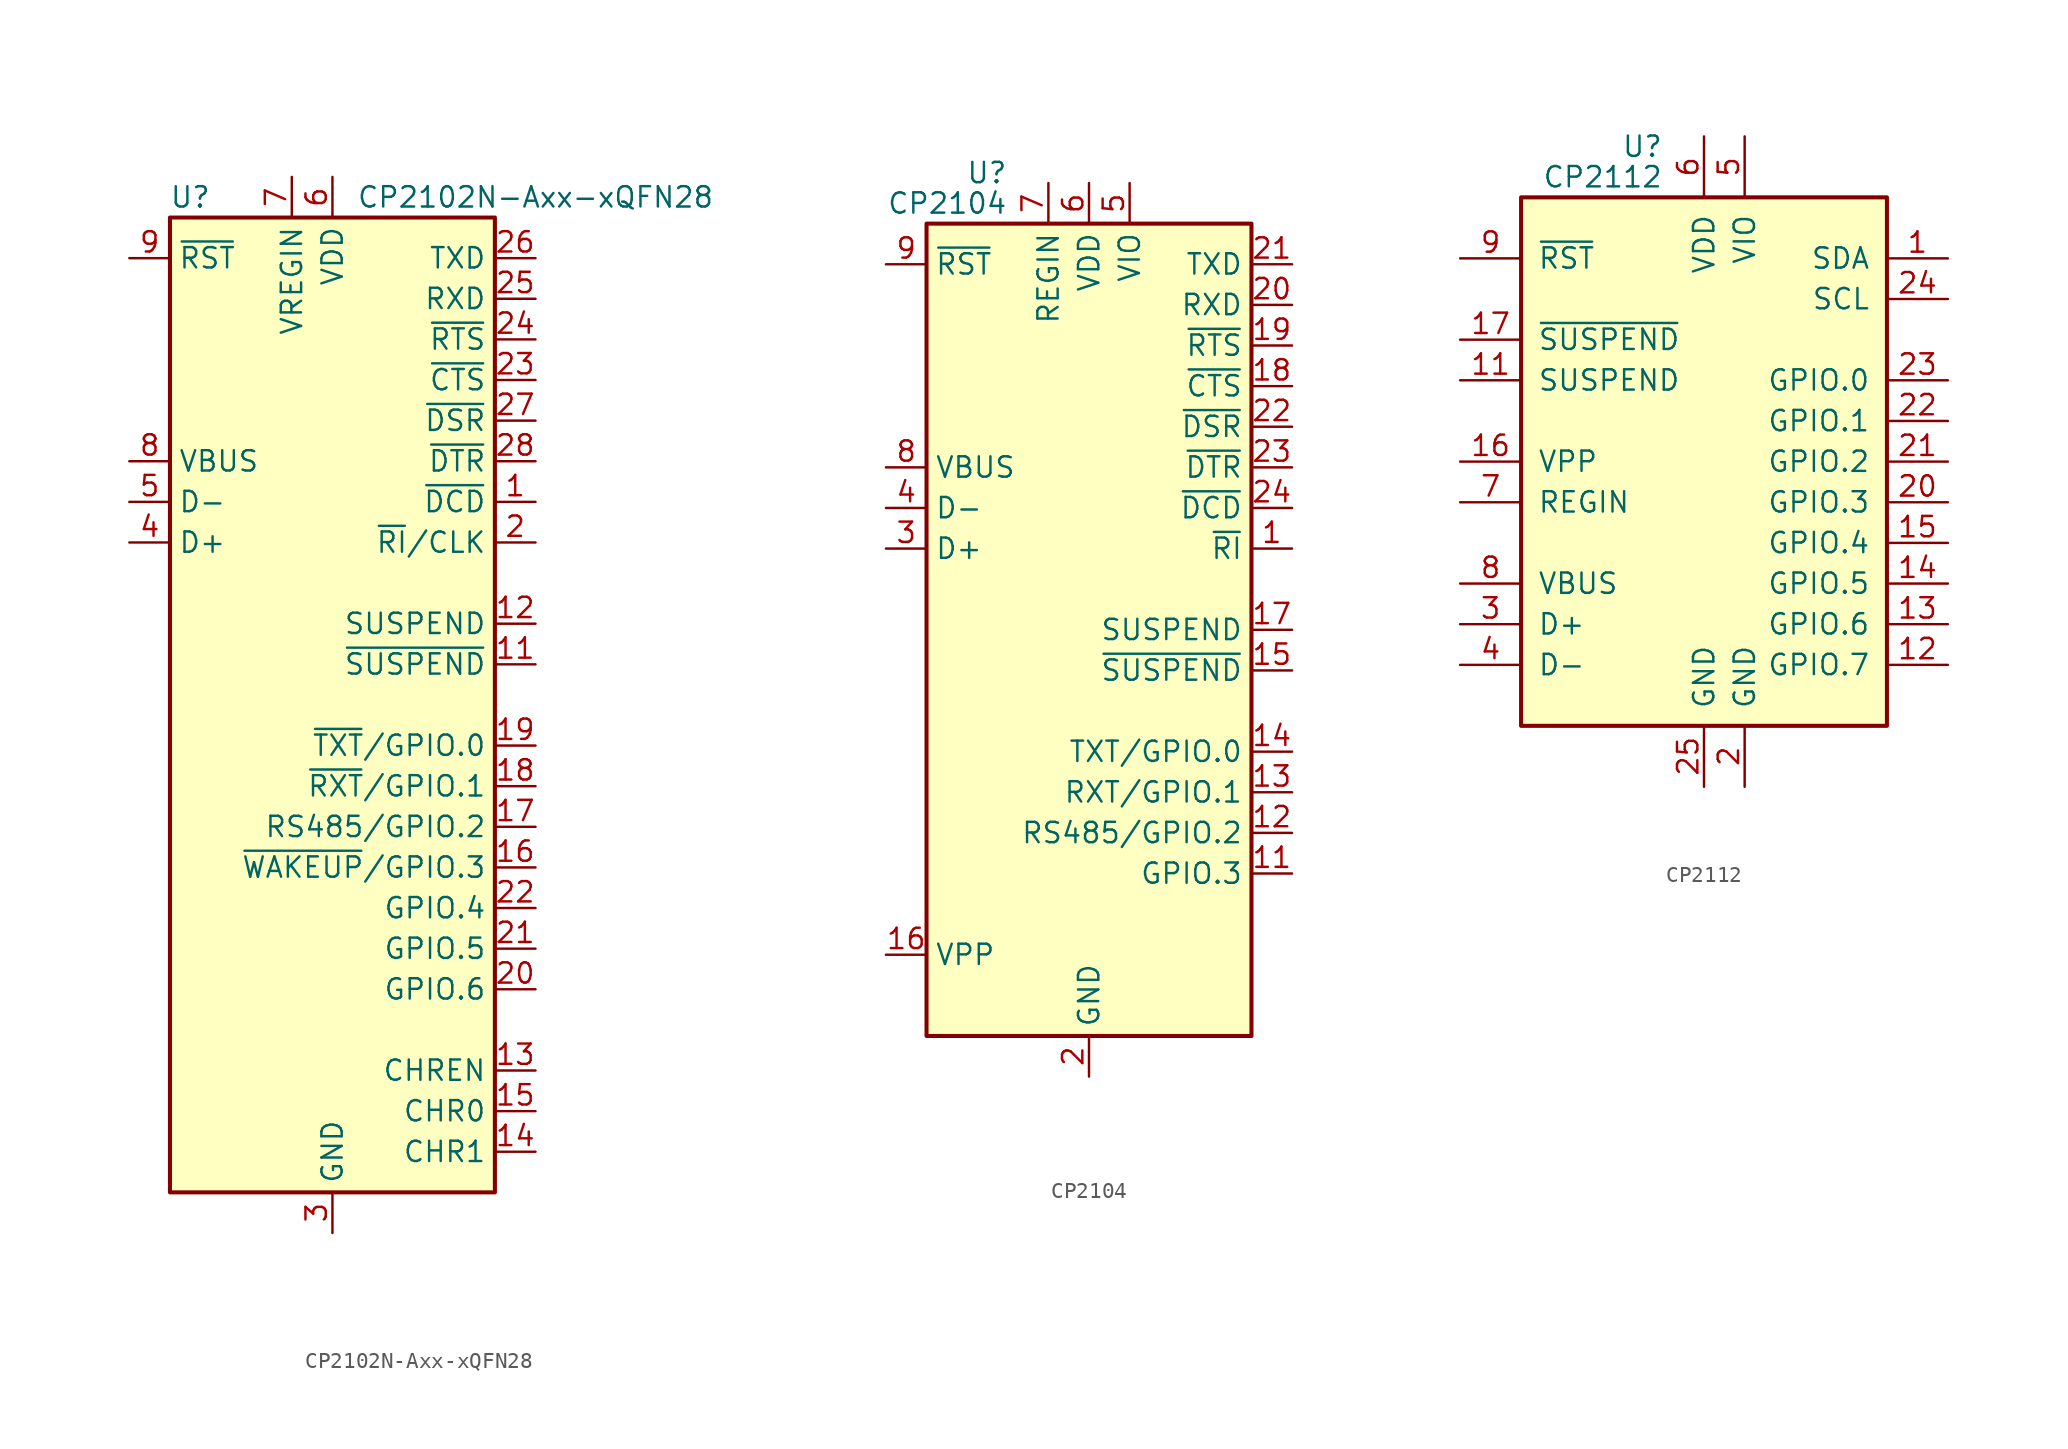
<source format=kicad_sym>
(kicad_symbol_lib
  (version 20211014)
  (generator kicad_symbol_editor)
  (symbol "CP2102N-Axx-xQFN28"
    (property "Reference" "U"
      (at -8.89 31.75 0)
      (effects (font (size 1.27 1.27))))
    (property "Value" "CP2102N-Axx-xQFN28"
      (at 12.7 31.75 0)
      (effects (font (size 1.27 1.27))))
    (symbol "CP2102N-Axx-xQFN28_0_1"
      (rectangle (start -10.16 30.48) (end 10.16 -30.48) (stroke (width 0.254) (type default) (color 0 0 0 0)) (fill (type background))))
    (symbol "CP2102N-Axx-xQFN28_1_1"
      (pin input line (at 12.7 12.7 180) (length 2.54) (name "~{DCD}" (effects (font (size 1.27 1.27)))) (number "1" (effects (font (size 1.27 1.27)))))
      (pin no_connect line (at -10.16 -27.94 0) (length 2.54) hide (name "NC" (effects (font (size 1.27 1.27)))) (number "10" (effects (font (size 1.27 1.27)))))
      (pin output line (at 12.7 2.54 180) (length 2.54) (name "~{SUSPEND}" (effects (font (size 1.27 1.27)))) (number "11" (effects (font (size 1.27 1.27)))))
      (pin output line (at 12.7 5.08 180) (length 2.54) (name "SUSPEND" (effects (font (size 1.27 1.27)))) (number "12" (effects (font (size 1.27 1.27)))))
      (pin output line (at 12.7 -22.86 180) (length 2.54) (name "CHREN" (effects (font (size 1.27 1.27)))) (number "13" (effects (font (size 1.27 1.27)))))
      (pin output line (at 12.7 -27.94 180) (length 2.54) (name "CHR1" (effects (font (size 1.27 1.27)))) (number "14" (effects (font (size 1.27 1.27)))))
      (pin output line (at 12.7 -25.4 180) (length 2.54) (name "CHR0" (effects (font (size 1.27 1.27)))) (number "15" (effects (font (size 1.27 1.27)))))
      (pin bidirectional line (at 12.7 -10.16 180) (length 2.54) (name "~{WAKEUP}/GPIO.3" (effects (font (size 1.27 1.27)))) (number "16" (effects (font (size 1.27 1.27)))))
      (pin bidirectional line (at 12.7 -7.62 180) (length 2.54) (name "RS485/GPIO.2" (effects (font (size 1.27 1.27)))) (number "17" (effects (font (size 1.27 1.27)))))
      (pin bidirectional line (at 12.7 -5.08 180) (length 2.54) (name "~{RXT}/GPIO.1" (effects (font (size 1.27 1.27)))) (number "18" (effects (font (size 1.27 1.27)))))
      (pin bidirectional line (at 12.7 -2.54 180) (length 2.54) (name "~{TXT}/GPIO.0" (effects (font (size 1.27 1.27)))) (number "19" (effects (font (size 1.27 1.27)))))
      (pin bidirectional line (at 12.7 10.16 180) (length 2.54) (name "~{RI}/CLK" (effects (font (size 1.27 1.27)))) (number "2" (effects (font (size 1.27 1.27)))))
      (pin bidirectional line (at 12.7 -17.78 180) (length 2.54) (name "GPIO.6" (effects (font (size 1.27 1.27)))) (number "20" (effects (font (size 1.27 1.27)))))
      (pin bidirectional line (at 12.7 -15.24 180) (length 2.54) (name "GPIO.5" (effects (font (size 1.27 1.27)))) (number "21" (effects (font (size 1.27 1.27)))))
      (pin bidirectional line (at 12.7 -12.7 180) (length 2.54) (name "GPIO.4" (effects (font (size 1.27 1.27)))) (number "22" (effects (font (size 1.27 1.27)))))
      (pin input line (at 12.7 20.32 180) (length 2.54) (name "~{CTS}" (effects (font (size 1.27 1.27)))) (number "23" (effects (font (size 1.27 1.27)))))
      (pin output line (at 12.7 22.86 180) (length 2.54) (name "~{RTS}" (effects (font (size 1.27 1.27)))) (number "24" (effects (font (size 1.27 1.27)))))
      (pin input line (at 12.7 25.4 180) (length 2.54) (name "RXD" (effects (font (size 1.27 1.27)))) (number "25" (effects (font (size 1.27 1.27)))))
      (pin output line (at 12.7 27.94 180) (length 2.54) (name "TXD" (effects (font (size 1.27 1.27)))) (number "26" (effects (font (size 1.27 1.27)))))
      (pin input line (at 12.7 17.78 180) (length 2.54) (name "~{DSR}" (effects (font (size 1.27 1.27)))) (number "27" (effects (font (size 1.27 1.27)))))
      (pin output line (at 12.7 15.24 180) (length 2.54) (name "~{DTR}" (effects (font (size 1.27 1.27)))) (number "28" (effects (font (size 1.27 1.27)))))
      (pin passive line (at 0 -33.02 90) (length 2.54) hide (name "GND" (effects (font (size 1.27 1.27)))) (number "29" (effects (font (size 1.27 1.27)))))
      (pin power_in line (at 0 -33.02 90) (length 2.54) (name "GND" (effects (font (size 1.27 1.27)))) (number "3" (effects (font (size 1.27 1.27)))))
      (pin bidirectional line (at -12.7 10.16 0) (length 2.54) (name "D+" (effects (font (size 1.27 1.27)))) (number "4" (effects (font (size 1.27 1.27)))))
      (pin bidirectional line (at -12.7 12.7 0) (length 2.54) (name "D-" (effects (font (size 1.27 1.27)))) (number "5" (effects (font (size 1.27 1.27)))))
      (pin power_in line (at 0 33.02 270) (length 2.54) (name "VDD" (effects (font (size 1.27 1.27)))) (number "6" (effects (font (size 1.27 1.27)))))
      (pin power_in line (at -2.54 33.02 270) (length 2.54) (name "VREGIN" (effects (font (size 1.27 1.27)))) (number "7" (effects (font (size 1.27 1.27)))))
      (pin input line (at -12.7 15.24 0) (length 2.54) (name "VBUS" (effects (font (size 1.27 1.27)))) (number "8" (effects (font (size 1.27 1.27)))))
      (pin input line (at -12.7 27.94 0) (length 2.54) (name "~{RST}" (effects (font (size 1.27 1.27)))) (number "9" (effects (font (size 1.27 1.27)))))))
  (symbol "CP2104"
    (property "Reference" "U"
      (at -5.08 28.575 0)
      (effects (font (size 1.27 1.27)) (justify right)))
    (property "Value" "CP2104"
      (at -5.08 26.67 0)
      (effects (font (size 1.27 1.27)) (justify right)))
    (symbol "CP2104_1_1"
      (rectangle (start -10.16 25.4) (end 10.16 -25.4) (stroke (width 0.254) (type default) (color 0 0 0 0)) (fill (type background)))
      (pin input line (at 12.7 5.08 180) (length 2.54) (name "~{RI}" (effects (font (size 1.27 1.27)))) (number "1" (effects (font (size 1.27 1.27)))))
      (pin no_connect line (at 10.16 -20.32 180) (length 2.54) hide (name "NC" (effects (font (size 1.27 1.27)))) (number "10" (effects (font (size 1.27 1.27)))))
      (pin bidirectional line (at 12.7 -15.24 180) (length 2.54) (name "GPIO.3" (effects (font (size 1.27 1.27)))) (number "11" (effects (font (size 1.27 1.27)))))
      (pin bidirectional line (at 12.7 -12.7 180) (length 2.54) (name "RS485/GPIO.2" (effects (font (size 1.27 1.27)))) (number "12" (effects (font (size 1.27 1.27)))))
      (pin bidirectional line (at 12.7 -10.16 180) (length 2.54) (name "RXT/GPIO.1" (effects (font (size 1.27 1.27)))) (number "13" (effects (font (size 1.27 1.27)))))
      (pin bidirectional line (at 12.7 -7.62 180) (length 2.54) (name "TXT/GPIO.0" (effects (font (size 1.27 1.27)))) (number "14" (effects (font (size 1.27 1.27)))))
      (pin output line (at 12.7 -2.54 180) (length 2.54) (name "~{SUSPEND}" (effects (font (size 1.27 1.27)))) (number "15" (effects (font (size 1.27 1.27)))))
      (pin passive line (at -12.7 -20.32 0) (length 2.54) (name "VPP" (effects (font (size 1.27 1.27)))) (number "16" (effects (font (size 1.27 1.27)))))
      (pin output line (at 12.7 0 180) (length 2.54) (name "SUSPEND" (effects (font (size 1.27 1.27)))) (number "17" (effects (font (size 1.27 1.27)))))
      (pin input line (at 12.7 15.24 180) (length 2.54) (name "~{CTS}" (effects (font (size 1.27 1.27)))) (number "18" (effects (font (size 1.27 1.27)))))
      (pin output line (at 12.7 17.78 180) (length 2.54) (name "~{RTS}" (effects (font (size 1.27 1.27)))) (number "19" (effects (font (size 1.27 1.27)))))
      (pin power_in line (at 0 -27.94 90) (length 2.54) (name "GND" (effects (font (size 1.27 1.27)))) (number "2" (effects (font (size 1.27 1.27)))))
      (pin input line (at 12.7 20.32 180) (length 2.54) (name "RXD" (effects (font (size 1.27 1.27)))) (number "20" (effects (font (size 1.27 1.27)))))
      (pin output line (at 12.7 22.86 180) (length 2.54) (name "TXD" (effects (font (size 1.27 1.27)))) (number "21" (effects (font (size 1.27 1.27)))))
      (pin input line (at 12.7 12.7 180) (length 2.54) (name "~{DSR}" (effects (font (size 1.27 1.27)))) (number "22" (effects (font (size 1.27 1.27)))))
      (pin output line (at 12.7 10.16 180) (length 2.54) (name "~{DTR}" (effects (font (size 1.27 1.27)))) (number "23" (effects (font (size 1.27 1.27)))))
      (pin input line (at 12.7 7.62 180) (length 2.54) (name "~{DCD}" (effects (font (size 1.27 1.27)))) (number "24" (effects (font (size 1.27 1.27)))))
      (pin passive line (at 0 -27.94 90) (length 2.54) hide (name "GND" (effects (font (size 1.27 1.27)))) (number "25" (effects (font (size 1.27 1.27)))))
      (pin bidirectional line (at -12.7 5.08 0) (length 2.54) (name "D+" (effects (font (size 1.27 1.27)))) (number "3" (effects (font (size 1.27 1.27)))))
      (pin bidirectional line (at -12.7 7.62 0) (length 2.54) (name "D-" (effects (font (size 1.27 1.27)))) (number "4" (effects (font (size 1.27 1.27)))))
      (pin power_in line (at 2.54 27.94 270) (length 2.54) (name "VIO" (effects (font (size 1.27 1.27)))) (number "5" (effects (font (size 1.27 1.27)))))
      (pin power_in line (at 0 27.94 270) (length 2.54) (name "VDD" (effects (font (size 1.27 1.27)))) (number "6" (effects (font (size 1.27 1.27)))))
      (pin power_in line (at -2.54 27.94 270) (length 2.54) (name "REGIN" (effects (font (size 1.27 1.27)))) (number "7" (effects (font (size 1.27 1.27)))))
      (pin input line (at -12.7 10.16 0) (length 2.54) (name "VBUS" (effects (font (size 1.27 1.27)))) (number "8" (effects (font (size 1.27 1.27)))))
      (pin bidirectional line (at -12.7 22.86 0) (length 2.54) (name "~{RST}" (effects (font (size 1.27 1.27)))) (number "9" (effects (font (size 1.27 1.27)))))))
  (symbol "CP2112"
    (pin_names
      (offset 1.016))
    (property "Reference" "U"
      (at -2.54 19.685 0)
      (effects (font (size 1.27 1.27)) (justify right)))
    (property "Value" "CP2112"
      (at -2.54 17.78 0)
      (effects (font (size 1.27 1.27)) (justify right)))
    (symbol "CP2112_0_1"
      (rectangle (start -11.43 16.51) (end 11.43 -16.51) (stroke (width 0.254) (type default) (color 0 0 0 0)) (fill (type background))))
    (symbol "CP2112_1_1"
      (pin bidirectional line (at 15.24 12.7 180) (length 3.81) (name "SDA" (effects (font (size 1.27 1.27)))) (number "1" (effects (font (size 1.27 1.27)))))
      (pin no_connect line (at 10.16 -20.32 90) (length 3.81) hide (name "NC" (effects (font (size 1.27 1.27)))) (number "10" (effects (font (size 1.27 1.27)))))
      (pin output line (at -15.24 5.08 0) (length 3.81) (name "SUSPEND" (effects (font (size 1.27 1.27)))) (number "11" (effects (font (size 1.27 1.27)))))
      (pin bidirectional line (at 15.24 -12.7 180) (length 3.81) (name "GPIO.7" (effects (font (size 1.27 1.27)))) (number "12" (effects (font (size 1.27 1.27)))))
      (pin bidirectional line (at 15.24 -10.16 180) (length 3.81) (name "GPIO.6" (effects (font (size 1.27 1.27)))) (number "13" (effects (font (size 1.27 1.27)))))
      (pin bidirectional line (at 15.24 -7.62 180) (length 3.81) (name "GPIO.5" (effects (font (size 1.27 1.27)))) (number "14" (effects (font (size 1.27 1.27)))))
      (pin bidirectional line (at 15.24 -5.08 180) (length 3.81) (name "GPIO.4" (effects (font (size 1.27 1.27)))) (number "15" (effects (font (size 1.27 1.27)))))
      (pin power_in line (at -15.24 0 0) (length 3.81) (name "VPP" (effects (font (size 1.27 1.27)))) (number "16" (effects (font (size 1.27 1.27)))))
      (pin output line (at -15.24 7.62 0) (length 3.81) (name "~{SUSPEND}" (effects (font (size 1.27 1.27)))) (number "17" (effects (font (size 1.27 1.27)))))
      (pin no_connect line (at 5.08 -20.32 90) (length 3.81) hide (name "NC" (effects (font (size 1.27 1.27)))) (number "18" (effects (font (size 1.27 1.27)))))
      (pin no_connect line (at 7.62 -20.32 90) (length 3.81) hide (name "NC" (effects (font (size 1.27 1.27)))) (number "19" (effects (font (size 1.27 1.27)))))
      (pin power_in line (at 2.54 -20.32 90) (length 3.81) (name "GND" (effects (font (size 1.27 1.27)))) (number "2" (effects (font (size 1.27 1.27)))))
      (pin bidirectional line (at 15.24 -2.54 180) (length 3.81) (name "GPIO.3" (effects (font (size 1.27 1.27)))) (number "20" (effects (font (size 1.27 1.27)))))
      (pin bidirectional line (at 15.24 0 180) (length 3.81) (name "GPIO.2" (effects (font (size 1.27 1.27)))) (number "21" (effects (font (size 1.27 1.27)))))
      (pin bidirectional line (at 15.24 2.54 180) (length 3.81) (name "GPIO.1" (effects (font (size 1.27 1.27)))) (number "22" (effects (font (size 1.27 1.27)))))
      (pin bidirectional line (at 15.24 5.08 180) (length 3.81) (name "GPIO.0" (effects (font (size 1.27 1.27)))) (number "23" (effects (font (size 1.27 1.27)))))
      (pin output line (at 15.24 10.16 180) (length 3.81) (name "SCL" (effects (font (size 1.27 1.27)))) (number "24" (effects (font (size 1.27 1.27)))))
      (pin power_in line (at 0 -20.32 90) (length 3.81) (name "GND" (effects (font (size 1.27 1.27)))) (number "25" (effects (font (size 1.27 1.27)))))
      (pin bidirectional line (at -15.24 -10.16 0) (length 3.81) (name "D+" (effects (font (size 1.27 1.27)))) (number "3" (effects (font (size 1.27 1.27)))))
      (pin bidirectional line (at -15.24 -12.7 0) (length 3.81) (name "D-" (effects (font (size 1.27 1.27)))) (number "4" (effects (font (size 1.27 1.27)))))
      (pin power_in line (at 2.54 20.32 270) (length 3.81) (name "VIO" (effects (font (size 1.27 1.27)))) (number "5" (effects (font (size 1.27 1.27)))))
      (pin power_in line (at 0 20.32 270) (length 3.81) (name "VDD" (effects (font (size 1.27 1.27)))) (number "6" (effects (font (size 1.27 1.27)))))
      (pin power_in line (at -15.24 -2.54 0) (length 3.81) (name "REGIN" (effects (font (size 1.27 1.27)))) (number "7" (effects (font (size 1.27 1.27)))))
      (pin input line (at -15.24 -7.62 0) (length 3.81) (name "VBUS" (effects (font (size 1.27 1.27)))) (number "8" (effects (font (size 1.27 1.27)))))
      (pin input line (at -15.24 12.7 0) (length 3.81) (name "~{RST}" (effects (font (size 1.27 1.27)))) (number "9" (effects (font (size 1.27 1.27))))))))
</source>
